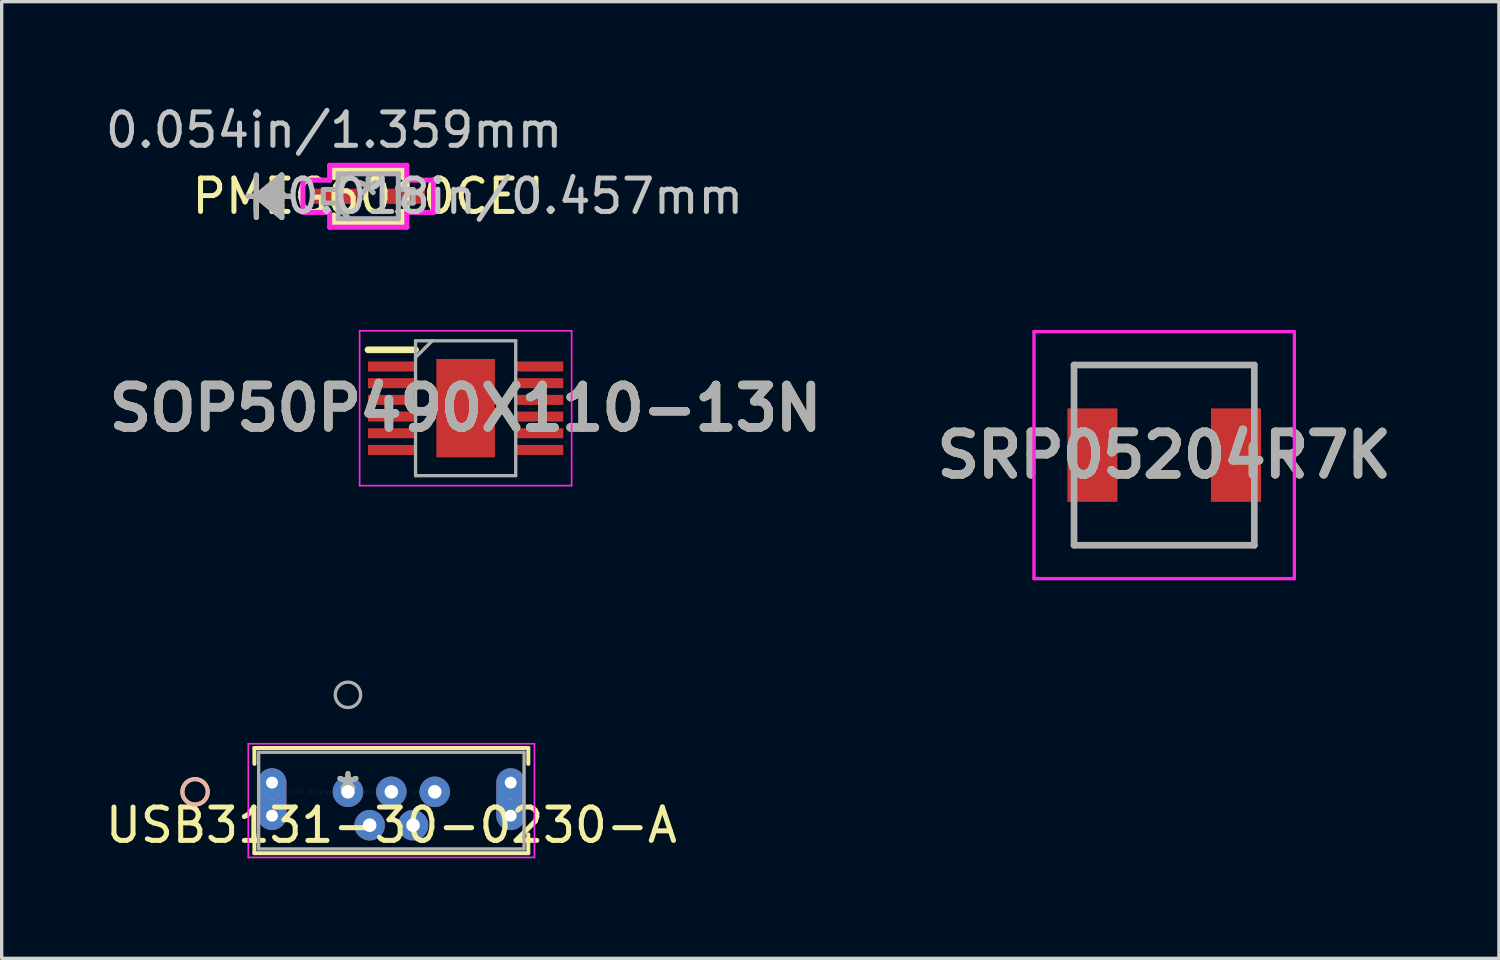
<source format=kicad_pcb>
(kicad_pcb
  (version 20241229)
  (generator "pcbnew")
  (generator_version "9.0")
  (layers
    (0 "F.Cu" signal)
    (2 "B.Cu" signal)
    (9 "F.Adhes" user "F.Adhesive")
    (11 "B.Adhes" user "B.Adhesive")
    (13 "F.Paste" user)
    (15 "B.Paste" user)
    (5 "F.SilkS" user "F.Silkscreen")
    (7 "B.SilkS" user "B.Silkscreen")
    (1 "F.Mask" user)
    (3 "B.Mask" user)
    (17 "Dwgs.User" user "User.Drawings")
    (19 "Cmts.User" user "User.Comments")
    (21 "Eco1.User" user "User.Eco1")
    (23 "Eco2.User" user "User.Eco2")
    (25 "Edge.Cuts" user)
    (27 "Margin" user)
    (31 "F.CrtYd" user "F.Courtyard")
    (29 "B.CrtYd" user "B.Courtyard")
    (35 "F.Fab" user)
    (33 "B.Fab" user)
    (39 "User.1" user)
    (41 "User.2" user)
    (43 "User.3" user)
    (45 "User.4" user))
  (footprint "SRP05204R7K"
    (layer "F.Cu")
    (at 31.823 10.583)
    (property "Reference" "SRP05204R7K" (at 0 0 0) (layer "F.SilkS") (effects (font (size 1.27 1.27) (thickness 0.254))))
    (attr smd)
    (fp_line (start -2.7 -2.7) (end 2.7 -2.7) (stroke (width 0.1) (type solid)) (layer "F.SilkS"))
    (fp_line (start -2.7 -2) (end -2.7 -2.7) (stroke (width 0.1) (type solid)) (layer "F.SilkS"))
    (fp_line (start -2.7 2) (end -2.7 2.7) (stroke (width 0.1) (type solid)) (layer "F.SilkS"))
    (fp_line (start -2.7 2.7) (end 2.7 2.7) (stroke (width 0.1) (type solid)) (layer "F.SilkS"))
    (fp_line (start 2.7 -2.7) (end 2.7 -2) (stroke (width 0.1) (type solid)) (layer "F.SilkS"))
    (fp_line (start 2.7 2.7) (end 2.7 2) (stroke (width 0.1) (type solid)) (layer "F.SilkS"))
    (fp_line (start -3.9 -3.7) (end 3.9 -3.7) (stroke (width 0.1) (type solid)) (layer "F.CrtYd"))
    (fp_line (start -3.9 3.7) (end -3.9 -3.7) (stroke (width 0.1) (type solid)) (layer "F.CrtYd"))
    (fp_line (start 3.9 -3.7) (end 3.9 3.7) (stroke (width 0.1) (type solid)) (layer "F.CrtYd"))
    (fp_line (start 3.9 3.7) (end -3.9 3.7) (stroke (width 0.1) (type solid)) (layer "F.CrtYd"))
    (fp_line (start -2.7 -2.7) (end 2.7 -2.7) (stroke (width 0.2) (type solid)) (layer "F.Fab"))
    (fp_line (start -2.7 2.7) (end -2.7 -2.7) (stroke (width 0.2) (type solid)) (layer "F.Fab"))
    (fp_line (start 2.7 -2.7) (end 2.7 2.7) (stroke (width 0.2) (type solid)) (layer "F.Fab"))
    (fp_line (start 2.7 2.7) (end -2.7 2.7) (stroke (width 0.2) (type solid)) (layer "F.Fab"))
    (fp_text user "${REFERENCE}" (at 0 0 0) (layer "F.Fab") (effects (font (size 1.27 1.27) (thickness 0.254))))
    (pad "1" smd rect (at -2.15 0) (size 1.5 2.8) (layers "F.Cu" "F.Mask" "F.Paste"))
    (pad "2" smd rect (at 2.15 0) (size 1.5 2.8) (layers "F.Cu" "F.Mask" "F.Paste")))
  (footprint "PMEG6010CEJ"
    (layer "F.Cu")
    (at 7.981 2.829)
    (property "Reference" "PMEG6010CEJ" (at 0 0 0) (layer "F.SilkS") (effects (font (size 1 1) (thickness 0.15))))
    (attr through_hole)
    (fp_line (start -3.353 -0.635) (end -3.353 0.635) (stroke (width 0.152) (type solid)) (layer "F.SilkS"))
    (fp_line (start -3.353 0) (end -2.591 -0.635) (stroke (width 0.152) (type solid)) (layer "F.SilkS"))
    (fp_line (start -3.353 0) (end -2.591 -0.508) (stroke (width 0.152) (type solid)) (layer "F.SilkS"))
    (fp_line (start -3.353 0) (end -2.591 -0.381) (stroke (width 0.152) (type solid)) (layer "F.SilkS"))
    (fp_line (start -3.353 0) (end -2.591 -0.254) (stroke (width 0.152) (type solid)) (layer "F.SilkS"))
    (fp_line (start -3.353 0) (end -2.591 -0.127) (stroke (width 0.152) (type solid)) (layer "F.SilkS"))
    (fp_line (start -3.353 0) (end -2.591 0.127) (stroke (width 0.152) (type solid)) (layer "F.SilkS"))
    (fp_line (start -3.353 0) (end -2.591 0.254) (stroke (width 0.152) (type solid)) (layer "F.SilkS"))
    (fp_line (start -3.353 0) (end -2.591 0.381) (stroke (width 0.152) (type solid)) (layer "F.SilkS"))
    (fp_line (start -3.353 0) (end -2.591 0.508) (stroke (width 0.152) (type solid)) (layer "F.SilkS"))
    (fp_line (start -3.353 0) (end -2.591 0.635) (stroke (width 0.152) (type solid)) (layer "F.SilkS"))
    (fp_line (start -2.591 -0.635) (end -2.591 0.635) (stroke (width 0.152) (type solid)) (layer "F.SilkS"))
    (fp_line (start -2.337 0) (end -3.607 0) (stroke (width 0.152) (type solid)) (layer "F.SilkS"))
    (fp_line (start -1.029 -0.8) (end -1.029 -0.561) (stroke (width 0.152) (type solid)) (layer "F.SilkS"))
    (fp_line (start -1.029 0.561) (end -1.029 0.8) (stroke (width 0.152) (type solid)) (layer "F.SilkS"))
    (fp_line (start -1.029 0.8) (end 1.029 0.8) (stroke (width 0.152) (type solid)) (layer "F.SilkS"))
    (fp_line (start 1.029 -0.8) (end -1.029 -0.8) (stroke (width 0.152) (type solid)) (layer "F.SilkS"))
    (fp_line (start 1.029 -0.561) (end 1.029 -0.8) (stroke (width 0.152) (type solid)) (layer "F.SilkS"))
    (fp_line (start 1.029 0.8) (end 1.029 0.561) (stroke (width 0.152) (type solid)) (layer "F.SilkS"))
    (fp_line (start -1.956 -0.483) (end -1.156 -0.483) (stroke (width 0.152) (type solid)) (layer "F.CrtYd"))
    (fp_line (start -1.956 0.483) (end -1.956 -0.483) (stroke (width 0.152) (type solid)) (layer "F.CrtYd"))
    (fp_line (start -1.156 -0.927) (end 1.156 -0.927) (stroke (width 0.152) (type solid)) (layer "F.CrtYd"))
    (fp_line (start -1.156 -0.483) (end -1.156 -0.927) (stroke (width 0.152) (type solid)) (layer "F.CrtYd"))
    (fp_line (start -1.156 0.483) (end -1.956 0.483) (stroke (width 0.152) (type solid)) (layer "F.CrtYd"))
    (fp_line (start -1.156 0.927) (end -1.156 0.483) (stroke (width 0.152) (type solid)) (layer "F.CrtYd"))
    (fp_line (start 1.156 -0.927) (end 1.156 -0.483) (stroke (width 0.152) (type solid)) (layer "F.CrtYd"))
    (fp_line (start 1.156 -0.483) (end 1.956 -0.483) (stroke (width 0.152) (type solid)) (layer "F.CrtYd"))
    (fp_line (start 1.156 0.483) (end 1.156 0.927) (stroke (width 0.152) (type solid)) (layer "F.CrtYd"))
    (fp_line (start 1.156 0.927) (end -1.156 0.927) (stroke (width 0.152) (type solid)) (layer "F.CrtYd"))
    (fp_line (start 1.956 -0.483) (end 1.956 0.483) (stroke (width 0.152) (type solid)) (layer "F.CrtYd"))
    (fp_line (start 1.956 0.483) (end 1.156 0.483) (stroke (width 0.152) (type solid)) (layer "F.CrtYd"))
    (fp_line (start -3.353 -0.635) (end -3.353 0.635) (stroke (width 0.152) (type solid)) (layer "F.Fab"))
    (fp_line (start -3.353 0) (end -2.591 -0.635) (stroke (width 0.152) (type solid)) (layer "F.Fab"))
    (fp_line (start -3.353 0) (end -2.591 -0.508) (stroke (width 0.152) (type solid)) (layer "F.Fab"))
    (fp_line (start -3.353 0) (end -2.591 -0.381) (stroke (width 0.152) (type solid)) (layer "F.Fab"))
    (fp_line (start -3.353 0) (end -2.591 -0.254) (stroke (width 0.152) (type solid)) (layer "F.Fab"))
    (fp_line (start -3.353 0) (end -2.591 -0.127) (stroke (width 0.152) (type solid)) (layer "F.Fab"))
    (fp_line (start -3.353 0) (end -2.591 0.127) (stroke (width 0.152) (type solid)) (layer "F.Fab"))
    (fp_line (start -3.353 0) (end -2.591 0.254) (stroke (width 0.152) (type solid)) (layer "F.Fab"))
    (fp_line (start -3.353 0) (end -2.591 0.381) (stroke (width 0.152) (type solid)) (layer "F.Fab"))
    (fp_line (start -3.353 0) (end -2.591 0.508) (stroke (width 0.152) (type solid)) (layer "F.Fab"))
    (fp_line (start -3.353 0) (end -2.591 0.635) (stroke (width 0.152) (type solid)) (layer "F.Fab"))
    (fp_line (start -2.591 -0.635) (end -2.591 0.635) (stroke (width 0.152) (type solid)) (layer "F.Fab"))
    (fp_line (start -2.337 0) (end -3.607 0) (stroke (width 0.152) (type solid)) (layer "F.Fab"))
    (fp_line (start -1.346 -0.203) (end -1.346 0.203) (stroke (width 0.152) (type solid)) (layer "F.Fab"))
    (fp_line (start -1.346 0.203) (end -0.902 0.203) (stroke (width 0.152) (type solid)) (layer "F.Fab"))
    (fp_line (start -0.902 -0.673) (end -0.902 0.673) (stroke (width 0.152) (type solid)) (layer "F.Fab"))
    (fp_line (start -0.902 -0.337) (end -0.565 -0.673) (stroke (width 0.152) (type solid)) (layer "F.Fab"))
    (fp_line (start -0.902 -0.203) (end -1.346 -0.203) (stroke (width 0.152) (type solid)) (layer "F.Fab"))
    (fp_line (start -0.902 0.203) (end -0.902 -0.203) (stroke (width 0.152) (type solid)) (layer "F.Fab"))
    (fp_line (start -0.902 0.337) (end -0.565 0.673) (stroke (width 0.152) (type solid)) (layer "F.Fab"))
    (fp_line (start -0.902 0.673) (end 0.902 0.673) (stroke (width 0.152) (type solid)) (layer "F.Fab"))
    (fp_line (start 0.902 -0.673) (end -0.902 -0.673) (stroke (width 0.152) (type solid)) (layer "F.Fab"))
    (fp_line (start 0.902 -0.203) (end 0.902 0.203) (stroke (width 0.152) (type solid)) (layer "F.Fab"))
    (fp_line (start 0.902 0.203) (end 1.346 0.203) (stroke (width 0.152) (type solid)) (layer "F.Fab"))
    (fp_line (start 0.902 0.673) (end 0.902 -0.673) (stroke (width 0.152) (type solid)) (layer "F.Fab"))
    (fp_line (start 1.346 -0.203) (end 0.902 -0.203) (stroke (width 0.152) (type solid)) (layer "F.Fab"))
    (fp_line (start 1.346 0.203) (end 1.346 -0.203) (stroke (width 0.152) (type solid)) (layer "F.Fab"))
    (fp_text user "*" (at 0 0 0) (layer "F.SilkS") (effects (font (size 1 1) (thickness 0.15))))
    (fp_text user "0.054in/1.359mm" (at -1.022 -1.981 0) (layer "Dwgs.User") (effects (font (size 1 1) (thickness 0.15))))
    (fp_text user "0.018in/0.457mm" (at 4.394 0 0) (layer "Dwgs.User") (effects (font (size 1 1) (thickness 0.15))))
    (fp_text user "Copyright 2016 Accelerated Designs. All rights reserved." (at 0 0 0) (layer "Cmts.User") (effects (font (size 0.127 0.127) (thickness 0.002))))
    (fp_text user "*" (at 0 0 0) (layer "F.Fab") (effects (font (size 1 1) (thickness 0.15))))
    (pad "1" smd rect (at -1.022 0) (size 1.359 0.457) (layers "F.Cu" "F.Mask" "F.Paste"))
    (pad "2" smd rect (at 1.022 0) (size 1.359 0.457) (layers "F.Cu" "F.Mask" "F.Paste")))
  (footprint "USB3131-30-0230-A"
    (layer "F.Cu")
    (at 7.373 20.669)
    (property "Reference" "USB3131-30-0230-A" (at 1.3 1 0) (layer "F.SilkS") (effects (font (size 1 1) (thickness 0.15))))
    (attr through_hole)
    (fp_line (start -2.802 -1.312) (end -2.802 -0.838) (stroke (width 0.12) (type solid)) (layer "F.SilkS"))
    (fp_line (start -2.802 1.278) (end -2.802 1.838) (stroke (width 0.12) (type solid)) (layer "F.SilkS"))
    (fp_line (start -2.802 1.838) (end 5.402 1.838) (stroke (width 0.12) (type solid)) (layer "F.SilkS"))
    (fp_line (start 5.402 -1.312) (end -2.802 -1.312) (stroke (width 0.12) (type solid)) (layer "F.SilkS"))
    (fp_line (start 5.402 -0.838) (end 5.402 -1.312) (stroke (width 0.12) (type solid)) (layer "F.SilkS"))
    (fp_line (start 5.402 1.838) (end 5.402 1.278) (stroke (width 0.12) (type solid)) (layer "F.SilkS"))
    (fp_circle (center -4.58 0) (end -4.199 0) (stroke (width 0.12) (type solid)) (fill no) (layer "F.SilkS"))
    (fp_circle (center -4.58 0) (end -4.199 0) (stroke (width 0.12) (type solid)) (fill no) (layer "B.SilkS"))
    (fp_line (start -2.986 -1.439) (end -2.986 1.965) (stroke (width 0.05) (type solid)) (layer "F.CrtYd"))
    (fp_line (start -2.986 1.965) (end 5.586 1.965) (stroke (width 0.05) (type solid)) (layer "F.CrtYd"))
    (fp_line (start 5.586 -1.439) (end -2.986 -1.439) (stroke (width 0.05) (type solid)) (layer "F.CrtYd"))
    (fp_line (start 5.586 1.965) (end 5.586 -1.439) (stroke (width 0.05) (type solid)) (layer "F.CrtYd"))
    (fp_line (start -2.675 -1.185) (end -2.675 1.711) (stroke (width 0.1) (type solid)) (layer "F.Fab"))
    (fp_line (start -2.675 1.711) (end 5.275 1.711) (stroke (width 0.1) (type solid)) (layer "F.Fab"))
    (fp_line (start 5.275 -1.185) (end -2.675 -1.185) (stroke (width 0.1) (type solid)) (layer "F.Fab"))
    (fp_line (start 5.275 1.711) (end 5.275 -1.185) (stroke (width 0.1) (type solid)) (layer "F.Fab"))
    (fp_circle (center 0 -2.905) (end 0.381 -2.905) (stroke (width 0.1) (type solid)) (fill no) (layer "F.Fab"))
    (fp_text user "*" (at 0 0 0) (layer "F.SilkS") (effects (font (size 1 1) (thickness 0.15))))
    (fp_text user "Copyright 2021 Accelerated Designs. All rights reserved." (at 0 0 0) (layer "Cmts.User") (effects (font (size 0.127 0.127) (thickness 0.002))))
    (fp_text user "*" (at 0 0 0) (layer "F.Fab") (effects (font (size 1 1) (thickness 0.15))))
    (pad "" np_thru_hole circle (at -2.275 -0.275) (size 0.356 0.356) (drill 0.356) (layers "*.Cu" "*.Mask"))
    (pad "" np_thru_hole circle (at -2.275 0.715) (size 0.356 0.356) (drill 0.356) (layers "*.Cu" "*.Mask"))
    (pad "" np_thru_hole circle (at 4.875 -0.275) (size 0.356 0.356) (drill 0.356) (layers "*.Cu" "*.Mask"))
    (pad "" np_thru_hole circle (at 4.875 0.715) (size 0.356 0.356) (drill 0.356) (layers "*.Cu" "*.Mask"))
    (pad "1" thru_hole circle (at 0 -0.000001) (size 0.914 0.914) (drill 0.406) (layers "*.Cu" "*.Mask"))
    (pad "2" thru_hole circle (at 0.65 1) (size 0.914 0.914) (drill 0.406) (layers "*.Cu" "*.Mask"))
    (pad "3" thru_hole circle (at 1.3 -0.000001) (size 0.914 0.914) (drill 0.406) (layers "*.Cu" "*.Mask"))
    (pad "4" thru_hole circle (at 1.95 1) (size 0.914 0.914) (drill 0.406) (layers "*.Cu" "*.Mask"))
    (pad "5" thru_hole circle (at 2.6 -0.000001) (size 0.914 0.914) (drill 0.406) (layers "*.Cu" "*.Mask"))
    (pad "S_1" thru_hole oval (at -2.275 0.22 90) (size 1.854 0.864) (drill 0.025) (layers "*.Cu" "*.Mask"))
    (pad "S_2" thru_hole oval (at 4.875 0.22 90) (size 1.854 0.864) (drill 0.025) (layers "*.Cu" "*.Mask")))
  (footprint "SOP50P490X110-13N"
    (layer "F.Cu")
    (at 10.898 9.178)
    (property "Reference" "SOP50P490X110-13N" (at 0 0 0) (layer "F.SilkS") (effects (font (size 1.27 1.27) (thickness 0.254))))
    (attr smd)
    (fp_line (start -2.925 -1.75) (end -1.5 -1.75) (stroke (width 0.2) (type solid)) (layer "F.SilkS"))
    (fp_line (start -3.175 -2.32) (end 3.175 -2.32) (stroke (width 0.05) (type solid)) (layer "F.CrtYd"))
    (fp_line (start -3.175 2.32) (end -3.175 -2.32) (stroke (width 0.05) (type solid)) (layer "F.CrtYd"))
    (fp_line (start 3.175 -2.32) (end 3.175 2.32) (stroke (width 0.05) (type solid)) (layer "F.CrtYd"))
    (fp_line (start 3.175 2.32) (end -3.175 2.32) (stroke (width 0.05) (type solid)) (layer "F.CrtYd"))
    (fp_line (start -1.5 -2.02) (end 1.5 -2.02) (stroke (width 0.1) (type solid)) (layer "F.Fab"))
    (fp_line (start -1.5 -1.52) (end -1 -2.02) (stroke (width 0.1) (type solid)) (layer "F.Fab"))
    (fp_line (start -1.5 2.02) (end -1.5 -2.02) (stroke (width 0.1) (type solid)) (layer "F.Fab"))
    (fp_line (start 1.5 -2.02) (end 1.5 2.02) (stroke (width 0.1) (type solid)) (layer "F.Fab"))
    (fp_line (start 1.5 2.02) (end -1.5 2.02) (stroke (width 0.1) (type solid)) (layer "F.Fab"))
    (fp_text user "${REFERENCE}" (at 0 0 0) (layer "F.Fab") (effects (font (size 1.27 1.27) (thickness 0.254))))
    (pad "1" smd rect (at -2.212 -1.25 90) (size 0.3 1.425) (layers "F.Cu" "F.Mask" "F.Paste"))
    (pad "2" smd rect (at -2.212 -0.75 90) (size 0.3 1.425) (layers "F.Cu" "F.Mask" "F.Paste"))
    (pad "3" smd rect (at -2.212 -0.25 90) (size 0.3 1.425) (layers "F.Cu" "F.Mask" "F.Paste"))
    (pad "4" smd rect (at -2.212 0.25 90) (size 0.3 1.425) (layers "F.Cu" "F.Mask" "F.Paste"))
    (pad "5" smd rect (at -2.212 0.75 90) (size 0.3 1.425) (layers "F.Cu" "F.Mask" "F.Paste"))
    (pad "6" smd rect (at -2.212 1.25 90) (size 0.3 1.425) (layers "F.Cu" "F.Mask" "F.Paste"))
    (pad "7" smd rect (at 2.212 1.25 90) (size 0.3 1.425) (layers "F.Cu" "F.Mask" "F.Paste"))
    (pad "8" smd rect (at 2.212 0.75 90) (size 0.3 1.425) (layers "F.Cu" "F.Mask" "F.Paste"))
    (pad "9" smd rect (at 2.212 0.25 90) (size 0.3 1.425) (layers "F.Cu" "F.Mask" "F.Paste"))
    (pad "10" smd rect (at 2.212 -0.25 90) (size 0.3 1.425) (layers "F.Cu" "F.Mask" "F.Paste"))
    (pad "11" smd rect (at 2.212 -0.75 90) (size 0.3 1.425) (layers "F.Cu" "F.Mask" "F.Paste"))
    (pad "12" smd rect (at 2.212 -1.25 90) (size 0.3 1.425) (layers "F.Cu" "F.Mask" "F.Paste"))
    (pad "13" smd rect (at 0 0) (size 1.753 2.947) (layers "F.Cu" "F.Mask" "F.Paste")))
  (gr_rect
    (start -3 -3)
    (end 41.85 25.658)
    (stroke (width 0.1) (type default))
    (fill no)
    (layer "Edge.Cuts")))
</source>
